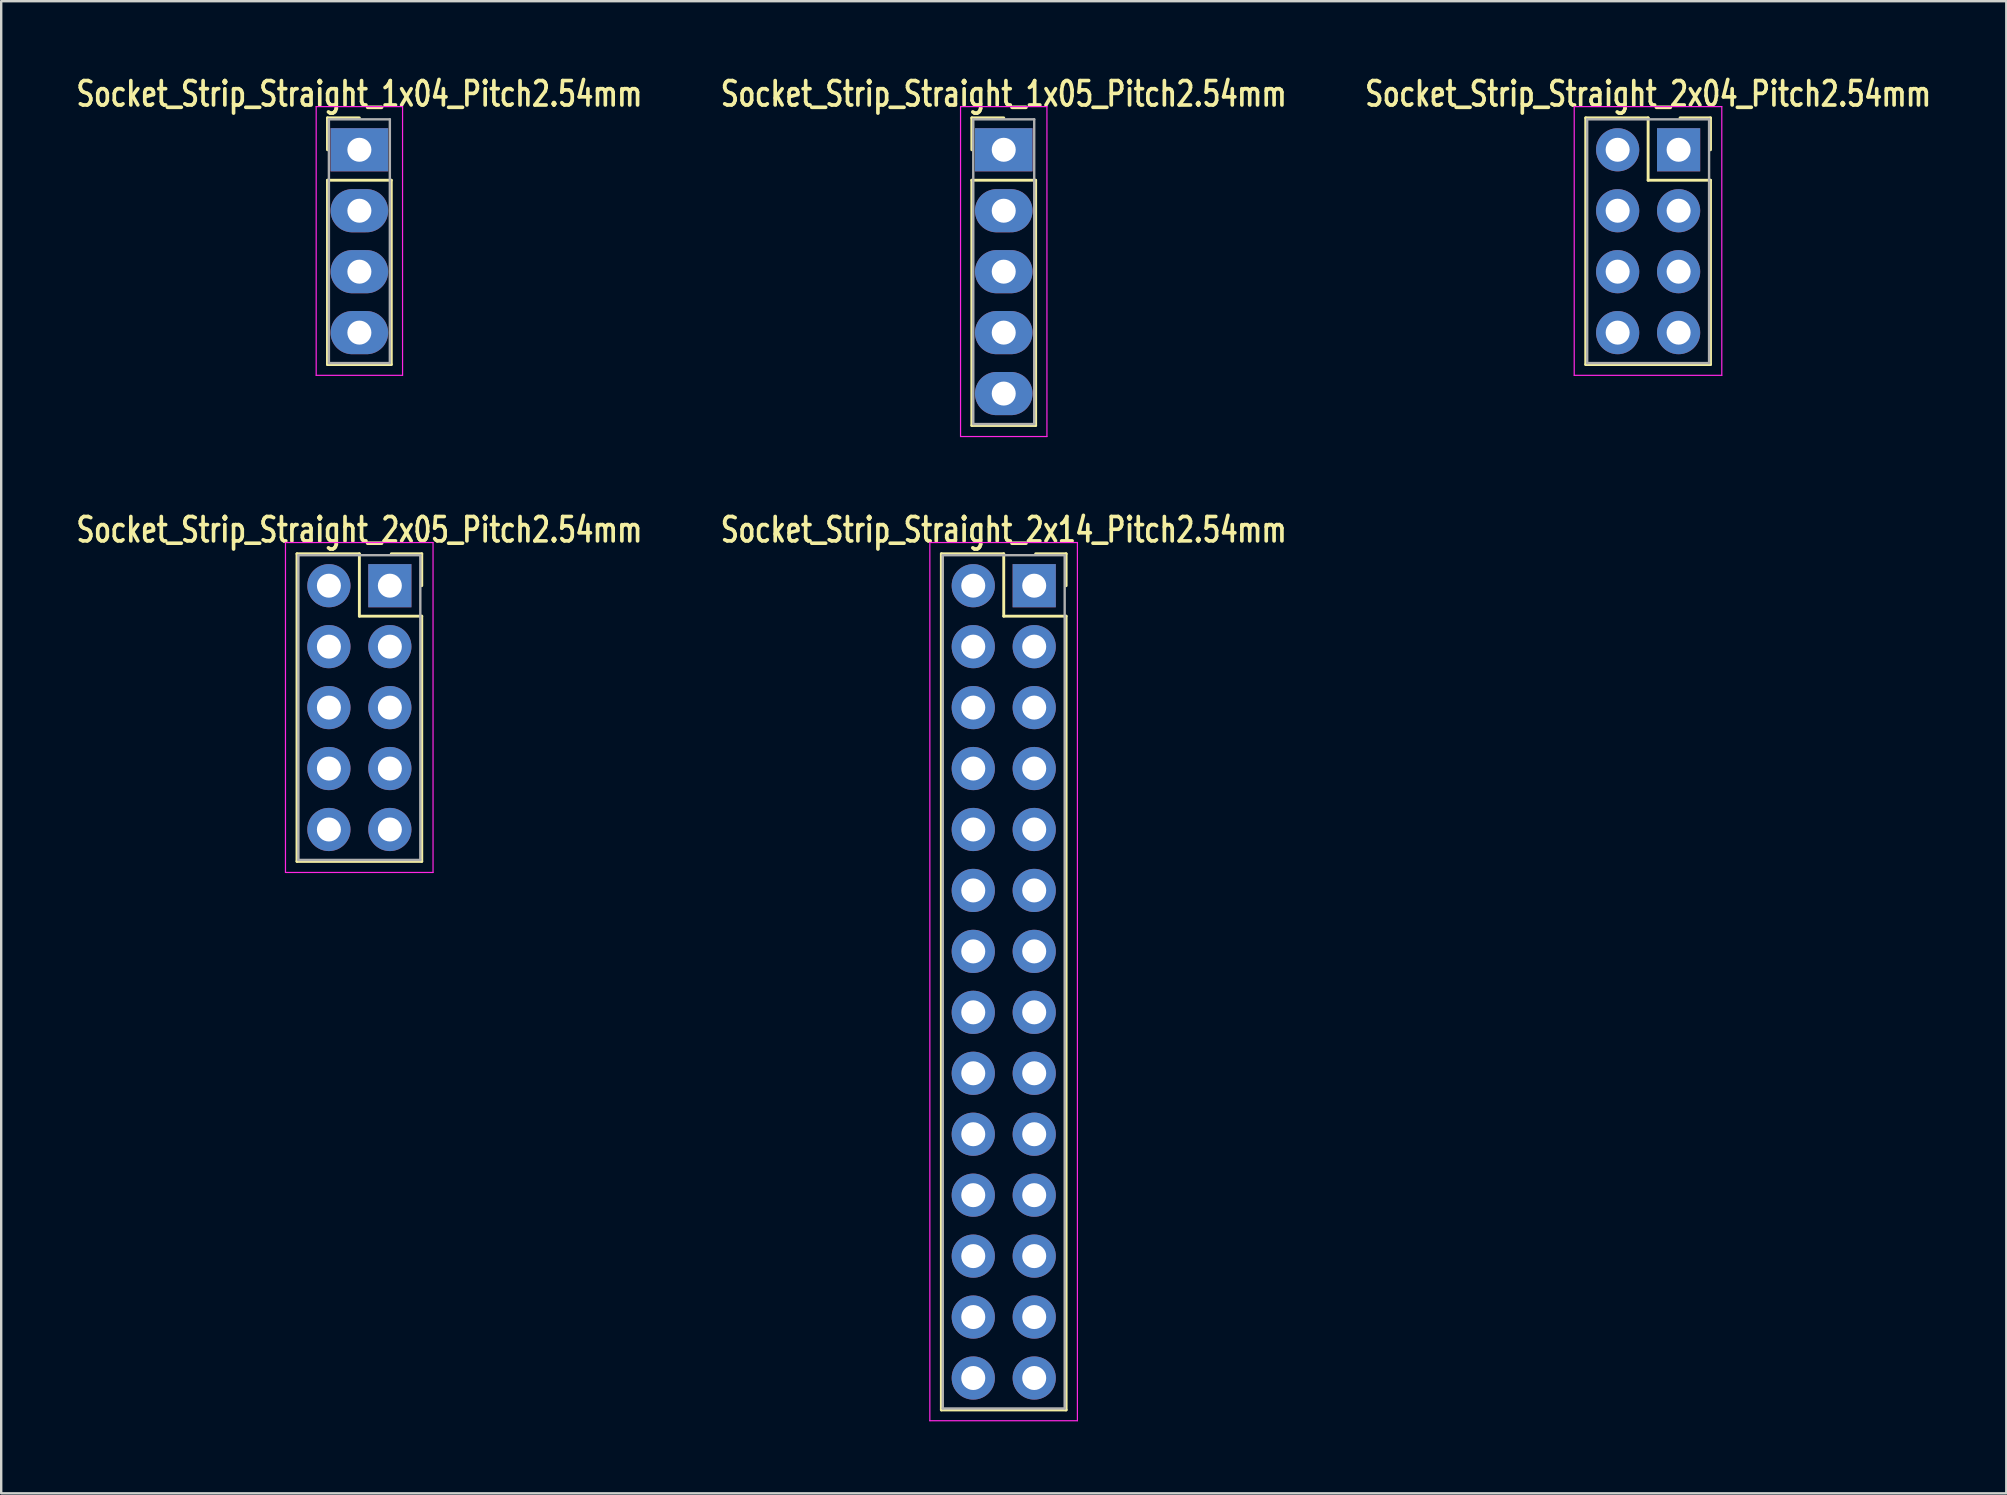
<source format=kicad_pcb>
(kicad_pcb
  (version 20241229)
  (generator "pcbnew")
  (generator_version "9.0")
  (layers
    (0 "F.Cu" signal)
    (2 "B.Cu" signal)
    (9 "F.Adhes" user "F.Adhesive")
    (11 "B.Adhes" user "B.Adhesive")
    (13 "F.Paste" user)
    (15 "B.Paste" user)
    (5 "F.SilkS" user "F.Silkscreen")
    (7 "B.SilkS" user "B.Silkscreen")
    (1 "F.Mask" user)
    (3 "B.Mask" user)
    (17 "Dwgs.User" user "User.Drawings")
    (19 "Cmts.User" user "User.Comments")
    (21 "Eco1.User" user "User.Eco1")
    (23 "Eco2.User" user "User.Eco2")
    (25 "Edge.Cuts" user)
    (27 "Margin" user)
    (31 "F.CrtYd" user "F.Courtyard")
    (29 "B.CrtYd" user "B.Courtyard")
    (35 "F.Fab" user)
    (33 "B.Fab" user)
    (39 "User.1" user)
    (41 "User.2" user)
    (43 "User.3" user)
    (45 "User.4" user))
  (footprint "Socket_Strip_Straight_2x14_Pitch2.54mm"
    (layer "F.Cu")
    (at 40.051 21.359)
    (property "Reference" "Socket_Strip_Straight_2x14_Pitch2.54mm" (at -1.27 -2.33 0) (layer "F.SilkS") (effects (font (size 1.016 0.762) (thickness 0.152))))
    (attr through_hole)
    (fp_line (start -3.87 -1.33) (end -1.27 -1.33) (stroke (width 0.12) (type solid)) (layer "F.SilkS"))
    (fp_line (start -3.87 34.35) (end -3.87 -1.33) (stroke (width 0.12) (type solid)) (layer "F.SilkS"))
    (fp_line (start -1.27 -1.33) (end -1.27 1.27) (stroke (width 0.12) (type solid)) (layer "F.SilkS"))
    (fp_line (start -1.27 1.27) (end 1.33 1.27) (stroke (width 0.12) (type solid)) (layer "F.SilkS"))
    (fp_line (start 1.33 -1.33) (end 0.06 -1.33) (stroke (width 0.12) (type solid)) (layer "F.SilkS"))
    (fp_line (start 1.33 0) (end 1.33 -1.33) (stroke (width 0.12) (type solid)) (layer "F.SilkS"))
    (fp_line (start 1.33 1.27) (end 1.33 34.35) (stroke (width 0.12) (type solid)) (layer "F.SilkS"))
    (fp_line (start 1.33 34.35) (end -3.87 34.35) (stroke (width 0.12) (type solid)) (layer "F.SilkS"))
    (fp_line (start -4.35 -1.8) (end -4.35 34.8) (stroke (width 0.05) (type solid)) (layer "F.CrtYd"))
    (fp_line (start -4.35 34.8) (end 1.8 34.8) (stroke (width 0.05) (type solid)) (layer "F.CrtYd"))
    (fp_line (start 1.8 -1.8) (end -4.35 -1.8) (stroke (width 0.05) (type solid)) (layer "F.CrtYd"))
    (fp_line (start 1.8 34.8) (end 1.8 -1.8) (stroke (width 0.05) (type solid)) (layer "F.CrtYd"))
    (fp_line (start -3.81 -1.27) (end -3.81 34.29) (stroke (width 0.1) (type solid)) (layer "F.Fab"))
    (fp_line (start -3.81 34.29) (end 1.27 34.29) (stroke (width 0.1) (type solid)) (layer "F.Fab"))
    (fp_line (start 1.27 -1.27) (end -3.81 -1.27) (stroke (width 0.1) (type solid)) (layer "F.Fab"))
    (fp_line (start 1.27 34.29) (end 1.27 -1.27) (stroke (width 0.1) (type solid)) (layer "F.Fab"))
    (pad "1" thru_hole rect (at 0 0) (size 1.8 1.8) (drill 1) (layers "*.Cu" "*.Mask"))
    (pad "2" thru_hole oval (at -2.54 0) (size 1.8 1.8) (drill 1) (layers "*.Cu" "*.Mask"))
    (pad "3" thru_hole oval (at 0 2.54) (size 1.8 1.8) (drill 1) (layers "*.Cu" "*.Mask"))
    (pad "4" thru_hole oval (at -2.54 2.54) (size 1.8 1.8) (drill 1) (layers "*.Cu" "*.Mask"))
    (pad "5" thru_hole oval (at 0 5.08) (size 1.8 1.8) (drill 1) (layers "*.Cu" "*.Mask"))
    (pad "6" thru_hole oval (at -2.54 5.08) (size 1.8 1.8) (drill 1) (layers "*.Cu" "*.Mask"))
    (pad "7" thru_hole oval (at 0 7.62) (size 1.8 1.8) (drill 1) (layers "*.Cu" "*.Mask"))
    (pad "8" thru_hole oval (at -2.54 7.62) (size 1.8 1.8) (drill 1) (layers "*.Cu" "*.Mask"))
    (pad "9" thru_hole oval (at 0 10.16) (size 1.8 1.8) (drill 1) (layers "*.Cu" "*.Mask"))
    (pad "10" thru_hole oval (at -2.54 10.16) (size 1.8 1.8) (drill 1) (layers "*.Cu" "*.Mask"))
    (pad "11" thru_hole oval (at 0 12.7) (size 1.8 1.8) (drill 1) (layers "*.Cu" "*.Mask"))
    (pad "12" thru_hole oval (at -2.54 12.7) (size 1.8 1.8) (drill 1) (layers "*.Cu" "*.Mask"))
    (pad "13" thru_hole oval (at 0 15.24) (size 1.8 1.8) (drill 1) (layers "*.Cu" "*.Mask"))
    (pad "14" thru_hole oval (at -2.54 15.24) (size 1.8 1.8) (drill 1) (layers "*.Cu" "*.Mask"))
    (pad "15" thru_hole oval (at 0 17.78) (size 1.8 1.8) (drill 1) (layers "*.Cu" "*.Mask"))
    (pad "16" thru_hole oval (at -2.54 17.78) (size 1.8 1.8) (drill 1) (layers "*.Cu" "*.Mask"))
    (pad "17" thru_hole oval (at 0 20.32) (size 1.8 1.8) (drill 1) (layers "*.Cu" "*.Mask"))
    (pad "18" thru_hole oval (at -2.54 20.32) (size 1.8 1.8) (drill 1) (layers "*.Cu" "*.Mask"))
    (pad "19" thru_hole oval (at 0 22.86) (size 1.8 1.8) (drill 1) (layers "*.Cu" "*.Mask"))
    (pad "20" thru_hole oval (at -2.54 22.86) (size 1.8 1.8) (drill 1) (layers "*.Cu" "*.Mask"))
    (pad "21" thru_hole oval (at 0 25.4) (size 1.8 1.8) (drill 1) (layers "*.Cu" "*.Mask"))
    (pad "22" thru_hole oval (at -2.54 25.4) (size 1.8 1.8) (drill 1) (layers "*.Cu" "*.Mask"))
    (pad "23" thru_hole oval (at 0 27.94) (size 1.8 1.8) (drill 1) (layers "*.Cu" "*.Mask"))
    (pad "24" thru_hole oval (at -2.54 27.94) (size 1.8 1.8) (drill 1) (layers "*.Cu" "*.Mask"))
    (pad "25" thru_hole oval (at 0 30.48) (size 1.8 1.8) (drill 1) (layers "*.Cu" "*.Mask"))
    (pad "26" thru_hole oval (at -2.54 30.48) (size 1.8 1.8) (drill 1) (layers "*.Cu" "*.Mask"))
    (pad "27" thru_hole oval (at 0 33.02) (size 1.8 1.8) (drill 1) (layers "*.Cu" "*.Mask"))
    (pad "28" thru_hole oval (at -2.54 33.02) (size 1.8 1.8) (drill 1) (layers "*.Cu" "*.Mask")))
  (footprint "Socket_Strip_Straight_1x05_Pitch2.54mm"
    (layer "F.Cu")
    (at 38.781 3.192)
    (property "Reference" "Socket_Strip_Straight_1x05_Pitch2.54mm" (at 0 -2.33 0) (layer "F.SilkS") (effects (font (size 1.016 0.762) (thickness 0.152))))
    (attr through_hole)
    (fp_line (start -1.33 -1.33) (end 0 -1.33) (stroke (width 0.12) (type solid)) (layer "F.SilkS"))
    (fp_line (start -1.33 0) (end -1.33 -1.33) (stroke (width 0.12) (type solid)) (layer "F.SilkS"))
    (fp_line (start -1.33 1.27) (end -1.33 11.49) (stroke (width 0.12) (type solid)) (layer "F.SilkS"))
    (fp_line (start -1.33 11.49) (end 1.33 11.49) (stroke (width 0.12) (type solid)) (layer "F.SilkS"))
    (fp_line (start 1.33 1.27) (end -1.33 1.27) (stroke (width 0.12) (type solid)) (layer "F.SilkS"))
    (fp_line (start 1.33 11.49) (end 1.33 1.27) (stroke (width 0.12) (type solid)) (layer "F.SilkS"))
    (fp_line (start -1.8 -1.8) (end -1.8 11.95) (stroke (width 0.05) (type solid)) (layer "F.CrtYd"))
    (fp_line (start -1.8 11.95) (end 1.8 11.95) (stroke (width 0.05) (type solid)) (layer "F.CrtYd"))
    (fp_line (start 1.8 -1.8) (end -1.8 -1.8) (stroke (width 0.05) (type solid)) (layer "F.CrtYd"))
    (fp_line (start 1.8 11.95) (end 1.8 -1.8) (stroke (width 0.05) (type solid)) (layer "F.CrtYd"))
    (fp_line (start -1.27 -1.27) (end -1.27 11.43) (stroke (width 0.1) (type solid)) (layer "F.Fab"))
    (fp_line (start -1.27 11.43) (end 1.27 11.43) (stroke (width 0.1) (type solid)) (layer "F.Fab"))
    (fp_line (start 1.27 -1.27) (end -1.27 -1.27) (stroke (width 0.1) (type solid)) (layer "F.Fab"))
    (fp_line (start 1.27 11.43) (end 1.27 -1.27) (stroke (width 0.1) (type solid)) (layer "F.Fab"))
    (pad "1" thru_hole rect (at 0 0) (size 2.4 1.8) (drill 1) (layers "*.Cu" "*.Mask"))
    (pad "2" thru_hole oval (at 0 2.54) (size 2.4 1.8) (drill 1) (layers "*.Cu" "*.Mask"))
    (pad "3" thru_hole oval (at 0 5.08) (size 2.4 1.8) (drill 1) (layers "*.Cu" "*.Mask"))
    (pad "4" thru_hole oval (at 0 7.62) (size 2.4 1.8) (drill 1) (layers "*.Cu" "*.Mask"))
    (pad "5" thru_hole oval (at 0 10.16) (size 2.4 1.8) (drill 1) (layers "*.Cu" "*.Mask")))
  (footprint "Socket_Strip_Straight_2x04_Pitch2.54mm"
    (layer "F.Cu")
    (at 66.906 3.192)
    (property "Reference" "Socket_Strip_Straight_2x04_Pitch2.54mm" (at -1.27 -2.33 0) (layer "F.SilkS") (effects (font (size 1.016 0.762) (thickness 0.152))))
    (attr through_hole)
    (fp_line (start -3.87 -1.33) (end -1.27 -1.33) (stroke (width 0.12) (type solid)) (layer "F.SilkS"))
    (fp_line (start -3.87 8.95) (end -3.87 -1.33) (stroke (width 0.12) (type solid)) (layer "F.SilkS"))
    (fp_line (start -1.27 -1.33) (end -1.27 1.27) (stroke (width 0.12) (type solid)) (layer "F.SilkS"))
    (fp_line (start -1.27 1.27) (end 1.33 1.27) (stroke (width 0.12) (type solid)) (layer "F.SilkS"))
    (fp_line (start 1.33 -1.33) (end 0.06 -1.33) (stroke (width 0.12) (type solid)) (layer "F.SilkS"))
    (fp_line (start 1.33 0) (end 1.33 -1.33) (stroke (width 0.12) (type solid)) (layer "F.SilkS"))
    (fp_line (start 1.33 1.27) (end 1.33 8.95) (stroke (width 0.12) (type solid)) (layer "F.SilkS"))
    (fp_line (start 1.33 8.95) (end -3.87 8.95) (stroke (width 0.12) (type solid)) (layer "F.SilkS"))
    (fp_line (start -4.35 -1.8) (end -4.35 9.4) (stroke (width 0.05) (type solid)) (layer "F.CrtYd"))
    (fp_line (start -4.35 9.4) (end 1.8 9.4) (stroke (width 0.05) (type solid)) (layer "F.CrtYd"))
    (fp_line (start 1.8 -1.8) (end -4.35 -1.8) (stroke (width 0.05) (type solid)) (layer "F.CrtYd"))
    (fp_line (start 1.8 9.4) (end 1.8 -1.8) (stroke (width 0.05) (type solid)) (layer "F.CrtYd"))
    (fp_line (start -3.81 -1.27) (end -3.81 8.89) (stroke (width 0.1) (type solid)) (layer "F.Fab"))
    (fp_line (start -3.81 8.89) (end 1.27 8.89) (stroke (width 0.1) (type solid)) (layer "F.Fab"))
    (fp_line (start 1.27 -1.27) (end -3.81 -1.27) (stroke (width 0.1) (type solid)) (layer "F.Fab"))
    (fp_line (start 1.27 8.89) (end 1.27 -1.27) (stroke (width 0.1) (type solid)) (layer "F.Fab"))
    (pad "1" thru_hole rect (at 0 0) (size 1.8 1.8) (drill 1) (layers "*.Cu" "*.Mask"))
    (pad "2" thru_hole oval (at -2.54 0) (size 1.8 1.8) (drill 1) (layers "*.Cu" "*.Mask"))
    (pad "3" thru_hole oval (at 0 2.54) (size 1.8 1.8) (drill 1) (layers "*.Cu" "*.Mask"))
    (pad "4" thru_hole oval (at -2.54 2.54) (size 1.8 1.8) (drill 1) (layers "*.Cu" "*.Mask"))
    (pad "5" thru_hole oval (at 0 5.08) (size 1.8 1.8) (drill 1) (layers "*.Cu" "*.Mask"))
    (pad "6" thru_hole oval (at -2.54 5.08) (size 1.8 1.8) (drill 1) (layers "*.Cu" "*.Mask"))
    (pad "7" thru_hole oval (at 0 7.62) (size 1.8 1.8) (drill 1) (layers "*.Cu" "*.Mask"))
    (pad "8" thru_hole oval (at -2.54 7.62) (size 1.8 1.8) (drill 1) (layers "*.Cu" "*.Mask")))
  (footprint "Socket_Strip_Straight_2x05_Pitch2.54mm"
    (layer "F.Cu")
    (at 13.197 21.359)
    (property "Reference" "Socket_Strip_Straight_2x05_Pitch2.54mm" (at -1.27 -2.33 0) (layer "F.SilkS") (effects (font (size 1.016 0.762) (thickness 0.152))))
    (attr through_hole)
    (fp_line (start -3.87 -1.33) (end -1.27 -1.33) (stroke (width 0.12) (type solid)) (layer "F.SilkS"))
    (fp_line (start -3.87 11.49) (end -3.87 -1.33) (stroke (width 0.12) (type solid)) (layer "F.SilkS"))
    (fp_line (start -1.27 -1.33) (end -1.27 1.27) (stroke (width 0.12) (type solid)) (layer "F.SilkS"))
    (fp_line (start -1.27 1.27) (end 1.33 1.27) (stroke (width 0.12) (type solid)) (layer "F.SilkS"))
    (fp_line (start 1.33 -1.33) (end 0.06 -1.33) (stroke (width 0.12) (type solid)) (layer "F.SilkS"))
    (fp_line (start 1.33 0) (end 1.33 -1.33) (stroke (width 0.12) (type solid)) (layer "F.SilkS"))
    (fp_line (start 1.33 1.27) (end 1.33 11.49) (stroke (width 0.12) (type solid)) (layer "F.SilkS"))
    (fp_line (start 1.33 11.49) (end -3.87 11.49) (stroke (width 0.12) (type solid)) (layer "F.SilkS"))
    (fp_line (start -4.35 -1.8) (end -4.35 11.95) (stroke (width 0.05) (type solid)) (layer "F.CrtYd"))
    (fp_line (start -4.35 11.95) (end 1.8 11.95) (stroke (width 0.05) (type solid)) (layer "F.CrtYd"))
    (fp_line (start 1.8 -1.8) (end -4.35 -1.8) (stroke (width 0.05) (type solid)) (layer "F.CrtYd"))
    (fp_line (start 1.8 11.95) (end 1.8 -1.8) (stroke (width 0.05) (type solid)) (layer "F.CrtYd"))
    (fp_line (start -3.81 -1.27) (end -3.81 11.43) (stroke (width 0.1) (type solid)) (layer "F.Fab"))
    (fp_line (start -3.81 11.43) (end 1.27 11.43) (stroke (width 0.1) (type solid)) (layer "F.Fab"))
    (fp_line (start 1.27 -1.27) (end -3.81 -1.27) (stroke (width 0.1) (type solid)) (layer "F.Fab"))
    (fp_line (start 1.27 11.43) (end 1.27 -1.27) (stroke (width 0.1) (type solid)) (layer "F.Fab"))
    (pad "1" thru_hole rect (at 0 0) (size 1.8 1.8) (drill 1) (layers "*.Cu" "*.Mask"))
    (pad "2" thru_hole oval (at -2.54 0) (size 1.8 1.8) (drill 1) (layers "*.Cu" "*.Mask"))
    (pad "3" thru_hole oval (at 0 2.54) (size 1.8 1.8) (drill 1) (layers "*.Cu" "*.Mask"))
    (pad "4" thru_hole oval (at -2.54 2.54) (size 1.8 1.8) (drill 1) (layers "*.Cu" "*.Mask"))
    (pad "5" thru_hole oval (at 0 5.08) (size 1.8 1.8) (drill 1) (layers "*.Cu" "*.Mask"))
    (pad "6" thru_hole oval (at -2.54 5.08) (size 1.8 1.8) (drill 1) (layers "*.Cu" "*.Mask"))
    (pad "7" thru_hole oval (at 0 7.62) (size 1.8 1.8) (drill 1) (layers "*.Cu" "*.Mask"))
    (pad "8" thru_hole oval (at -2.54 7.62) (size 1.8 1.8) (drill 1) (layers "*.Cu" "*.Mask"))
    (pad "9" thru_hole oval (at 0 10.16) (size 1.8 1.8) (drill 1) (layers "*.Cu" "*.Mask"))
    (pad "10" thru_hole oval (at -2.54 10.16) (size 1.8 1.8) (drill 1) (layers "*.Cu" "*.Mask")))
  (footprint "Socket_Strip_Straight_1x04_Pitch2.54mm"
    (layer "F.Cu")
    (at 11.927 3.192)
    (property "Reference" "Socket_Strip_Straight_1x04_Pitch2.54mm" (at 0 -2.33 0) (layer "F.SilkS") (effects (font (size 1.016 0.762) (thickness 0.152))))
    (attr through_hole)
    (fp_line (start -1.33 -1.33) (end 0 -1.33) (stroke (width 0.12) (type solid)) (layer "F.SilkS"))
    (fp_line (start -1.33 0) (end -1.33 -1.33) (stroke (width 0.12) (type solid)) (layer "F.SilkS"))
    (fp_line (start -1.33 1.27) (end -1.33 8.95) (stroke (width 0.12) (type solid)) (layer "F.SilkS"))
    (fp_line (start -1.33 8.95) (end 1.33 8.95) (stroke (width 0.12) (type solid)) (layer "F.SilkS"))
    (fp_line (start 1.33 1.27) (end -1.33 1.27) (stroke (width 0.12) (type solid)) (layer "F.SilkS"))
    (fp_line (start 1.33 8.95) (end 1.33 1.27) (stroke (width 0.12) (type solid)) (layer "F.SilkS"))
    (fp_line (start -1.8 -1.8) (end -1.8 9.4) (stroke (width 0.05) (type solid)) (layer "F.CrtYd"))
    (fp_line (start -1.8 9.4) (end 1.8 9.4) (stroke (width 0.05) (type solid)) (layer "F.CrtYd"))
    (fp_line (start 1.8 -1.8) (end -1.8 -1.8) (stroke (width 0.05) (type solid)) (layer "F.CrtYd"))
    (fp_line (start 1.8 9.4) (end 1.8 -1.8) (stroke (width 0.05) (type solid)) (layer "F.CrtYd"))
    (fp_line (start -1.27 -1.27) (end -1.27 8.89) (stroke (width 0.1) (type solid)) (layer "F.Fab"))
    (fp_line (start -1.27 8.89) (end 1.27 8.89) (stroke (width 0.1) (type solid)) (layer "F.Fab"))
    (fp_line (start 1.27 -1.27) (end -1.27 -1.27) (stroke (width 0.1) (type solid)) (layer "F.Fab"))
    (fp_line (start 1.27 8.89) (end 1.27 -1.27) (stroke (width 0.1) (type solid)) (layer "F.Fab"))
    (pad "1" thru_hole rect (at 0 0) (size 2.4 1.8) (drill 1) (layers "*.Cu" "*.Mask"))
    (pad "2" thru_hole oval (at 0 2.54) (size 2.4 1.8) (drill 1) (layers "*.Cu" "*.Mask"))
    (pad "3" thru_hole oval (at 0 5.08) (size 2.4 1.8) (drill 1) (layers "*.Cu" "*.Mask"))
    (pad "4" thru_hole oval (at 0 7.62) (size 2.4 1.8) (drill 1) (layers "*.Cu" "*.Mask")))
  (gr_rect
    (start -3 -3)
    (end 80.563 59.184)
    (stroke (width 0.1) (type default))
    (fill no)
    (layer "Edge.Cuts")))
</source>
